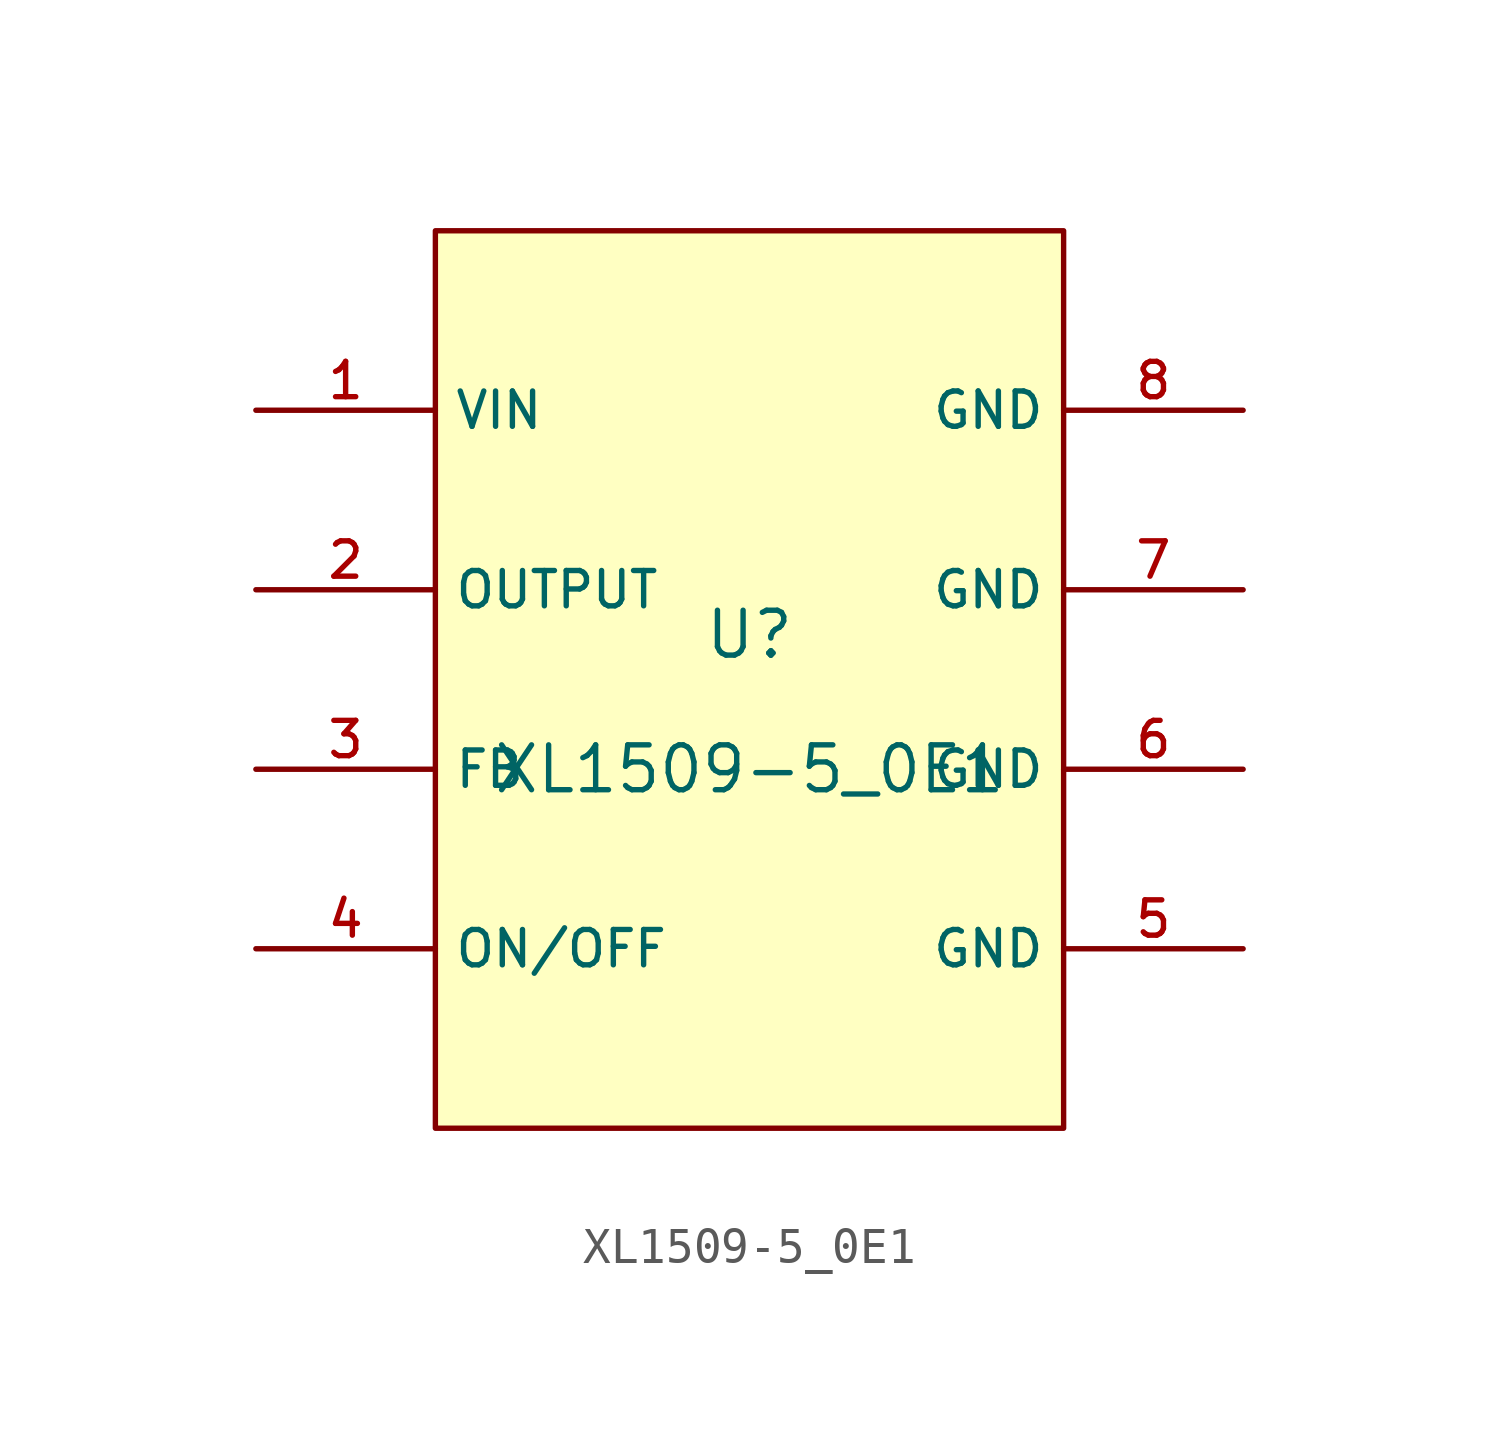
<source format=kicad_sym>
(kicad_symbol_lib
  (version 20210201)
  (generator TousstNicolas/JLC2KiCad_lib)
  (symbol "XL1509-5_0E1"
    (property "Reference" "U"
      (at 0 1.27 0)
      (effects (font (size 1.27 1.27))))
    (property "Value" "XL1509-5_0E1"
      (at 0 -2.54 0)
      (effects (font (size 1.27 1.27))))
    (symbol "XL1509-5_0E1_0_1"
      (pin unspecified line (at -13.97 7.62 0) (length 5.08) (name "VIN" (effects (font (size 1 1)))) (number "1" (effects (font (size 1 1)))))
      (pin unspecified line (at -13.97 2.54 0) (length 5.08) (name "OUTPUT" (effects (font (size 1 1)))) (number "2" (effects (font (size 1 1)))))
      (pin unspecified line (at -13.97 -2.54 0) (length 5.08) (name "FB" (effects (font (size 1 1)))) (number "3" (effects (font (size 1 1)))))
      (pin unspecified line (at -13.97 -7.62 0) (length 5.08) (name "ON/OFF" (effects (font (size 1 1)))) (number "4" (effects (font (size 1 1)))))
      (pin unspecified line (at 13.97 -7.62 180) (length 5.08) (name "GND" (effects (font (size 1 1)))) (number "5" (effects (font (size 1 1)))))
      (pin unspecified line (at 13.97 -2.54 180) (length 5.08) (name "GND" (effects (font (size 1 1)))) (number "6" (effects (font (size 1 1)))))
      (pin unspecified line (at 13.97 2.54 180) (length 5.08) (name "GND" (effects (font (size 1 1)))) (number "7" (effects (font (size 1 1)))))
      (pin unspecified line (at 13.97 7.62 180) (length 5.08) (name "GND" (effects (font (size 1 1)))) (number "8" (effects (font (size 1 1)))))
      (rectangle (start -8.89 12.7) (end 8.89 -12.7) (stroke (width 0) (type default) (color 0 0 0 0)) (fill (type background))))))
</source>
